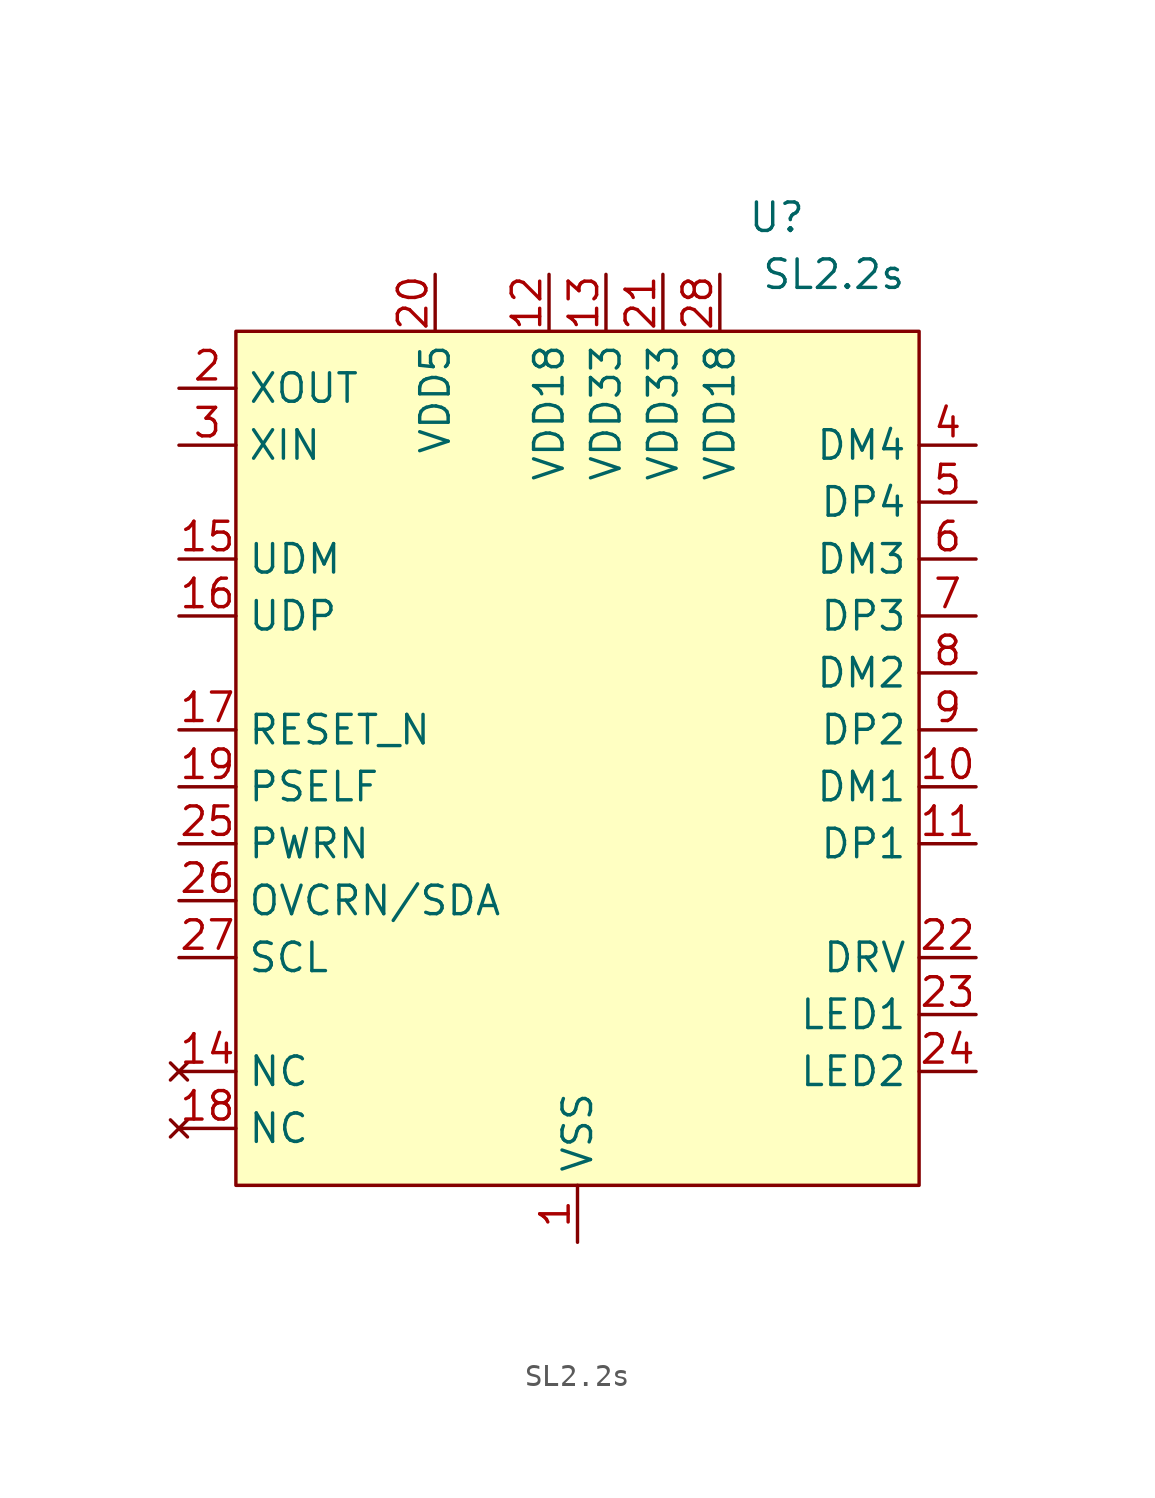
<source format=kicad_sym>
(kicad_symbol_lib
  (version 20211014)
  (generator kicad_symbol_editor)
  (symbol "SL2.2s"
    (property "Reference" "U"
      (at 8.89 24.13 0)
      (effects (font (size 1.27 1.27))))
    (property "Value" "SL2.2s"
      (at 11.43 21.59 0)
      (effects (font (size 1.27 1.27))))
    (symbol "SL2.2s_0_1"
      (rectangle (start -15.24 19.05) (end 15.24 -19.05) (stroke (width 0) (type default) (color 0 0 0 0)) (fill (type background))))
    (symbol "SL2.2s_1_1"
      (pin power_in line (at 0 -21.59 90) (length 2.54) (name "VSS" (effects (font (size 1.27 1.27)))) (number "1" (effects (font (size 1.27 1.27)))))
      (pin bidirectional line (at 17.78 -1.27 180) (length 2.54) (name "DM1" (effects (font (size 1.27 1.27)))) (number "10" (effects (font (size 1.27 1.27)))))
      (pin bidirectional line (at 17.78 -3.81 180) (length 2.54) (name "DP1" (effects (font (size 1.27 1.27)))) (number "11" (effects (font (size 1.27 1.27)))))
      (pin power_out line (at -1.27 21.59 270) (length 2.54) (name "VDD18" (effects (font (size 1.27 1.27)))) (number "12" (effects (font (size 1.27 1.27)))))
      (pin power_out line (at 1.27 21.59 270) (length 2.54) (name "VDD33" (effects (font (size 1.27 1.27)))) (number "13" (effects (font (size 1.27 1.27)))))
      (pin no_connect line (at -17.78 -13.97 0) (length 2.54) (name "NC" (effects (font (size 1.27 1.27)))) (number "14" (effects (font (size 1.27 1.27)))))
      (pin bidirectional line (at -17.78 8.89 0) (length 2.54) (name "UDM" (effects (font (size 1.27 1.27)))) (number "15" (effects (font (size 1.27 1.27)))))
      (pin bidirectional line (at -17.78 6.35 0) (length 2.54) (name "UDP" (effects (font (size 1.27 1.27)))) (number "16" (effects (font (size 1.27 1.27)))))
      (pin input line (at -17.78 1.27 0) (length 2.54) (name "RESET_N" (effects (font (size 1.27 1.27)))) (number "17" (effects (font (size 1.27 1.27)))))
      (pin no_connect line (at -17.78 -16.51 0) (length 2.54) (name "NC" (effects (font (size 1.27 1.27)))) (number "18" (effects (font (size 1.27 1.27)))))
      (pin input line (at -17.78 -1.27 0) (length 2.54) (name "PSELF" (effects (font (size 1.27 1.27)))) (number "19" (effects (font (size 1.27 1.27)))))
      (pin output line (at -17.78 16.51 0) (length 2.54) (name "XOUT" (effects (font (size 1.27 1.27)))) (number "2" (effects (font (size 1.27 1.27)))))
      (pin power_in line (at -6.35 21.59 270) (length 2.54) (name "VDD5" (effects (font (size 1.27 1.27)))) (number "20" (effects (font (size 1.27 1.27)))))
      (pin power_out line (at 3.81 21.59 270) (length 2.54) (name "VDD33" (effects (font (size 1.27 1.27)))) (number "21" (effects (font (size 1.27 1.27)))))
      (pin bidirectional line (at 17.78 -8.89 180) (length 2.54) (name "DRV" (effects (font (size 1.27 1.27)))) (number "22" (effects (font (size 1.27 1.27)))))
      (pin bidirectional line (at 17.78 -11.43 180) (length 2.54) (name "LED1" (effects (font (size 1.27 1.27)))) (number "23" (effects (font (size 1.27 1.27)))))
      (pin bidirectional line (at 17.78 -13.97 180) (length 2.54) (name "LED2" (effects (font (size 1.27 1.27)))) (number "24" (effects (font (size 1.27 1.27)))))
      (pin bidirectional line (at -17.78 -3.81 0) (length 2.54) (name "PWRN" (effects (font (size 1.27 1.27)))) (number "25" (effects (font (size 1.27 1.27)))))
      (pin bidirectional line (at -17.78 -6.35 0) (length 2.54) (name "OVCRN/SDA" (effects (font (size 1.27 1.27)))) (number "26" (effects (font (size 1.27 1.27)))))
      (pin bidirectional line (at -17.78 -8.89 0) (length 2.54) (name "SCL" (effects (font (size 1.27 1.27)))) (number "27" (effects (font (size 1.27 1.27)))))
      (pin power_out line (at 6.35 21.59 270) (length 2.54) (name "VDD18" (effects (font (size 1.27 1.27)))) (number "28" (effects (font (size 1.27 1.27)))))
      (pin input line (at -17.78 13.97 0) (length 2.54) (name "XIN" (effects (font (size 1.27 1.27)))) (number "3" (effects (font (size 1.27 1.27)))))
      (pin bidirectional line (at 17.78 13.97 180) (length 2.54) (name "DM4" (effects (font (size 1.27 1.27)))) (number "4" (effects (font (size 1.27 1.27)))))
      (pin bidirectional line (at 17.78 11.43 180) (length 2.54) (name "DP4" (effects (font (size 1.27 1.27)))) (number "5" (effects (font (size 1.27 1.27)))))
      (pin bidirectional line (at 17.78 8.89 180) (length 2.54) (name "DM3" (effects (font (size 1.27 1.27)))) (number "6" (effects (font (size 1.27 1.27)))))
      (pin bidirectional line (at 17.78 6.35 180) (length 2.54) (name "DP3" (effects (font (size 1.27 1.27)))) (number "7" (effects (font (size 1.27 1.27)))))
      (pin bidirectional line (at 17.78 3.81 180) (length 2.54) (name "DM2" (effects (font (size 1.27 1.27)))) (number "8" (effects (font (size 1.27 1.27)))))
      (pin bidirectional line (at 17.78 1.27 180) (length 2.54) (name "DP2" (effects (font (size 1.27 1.27)))) (number "9" (effects (font (size 1.27 1.27))))))))
</source>
